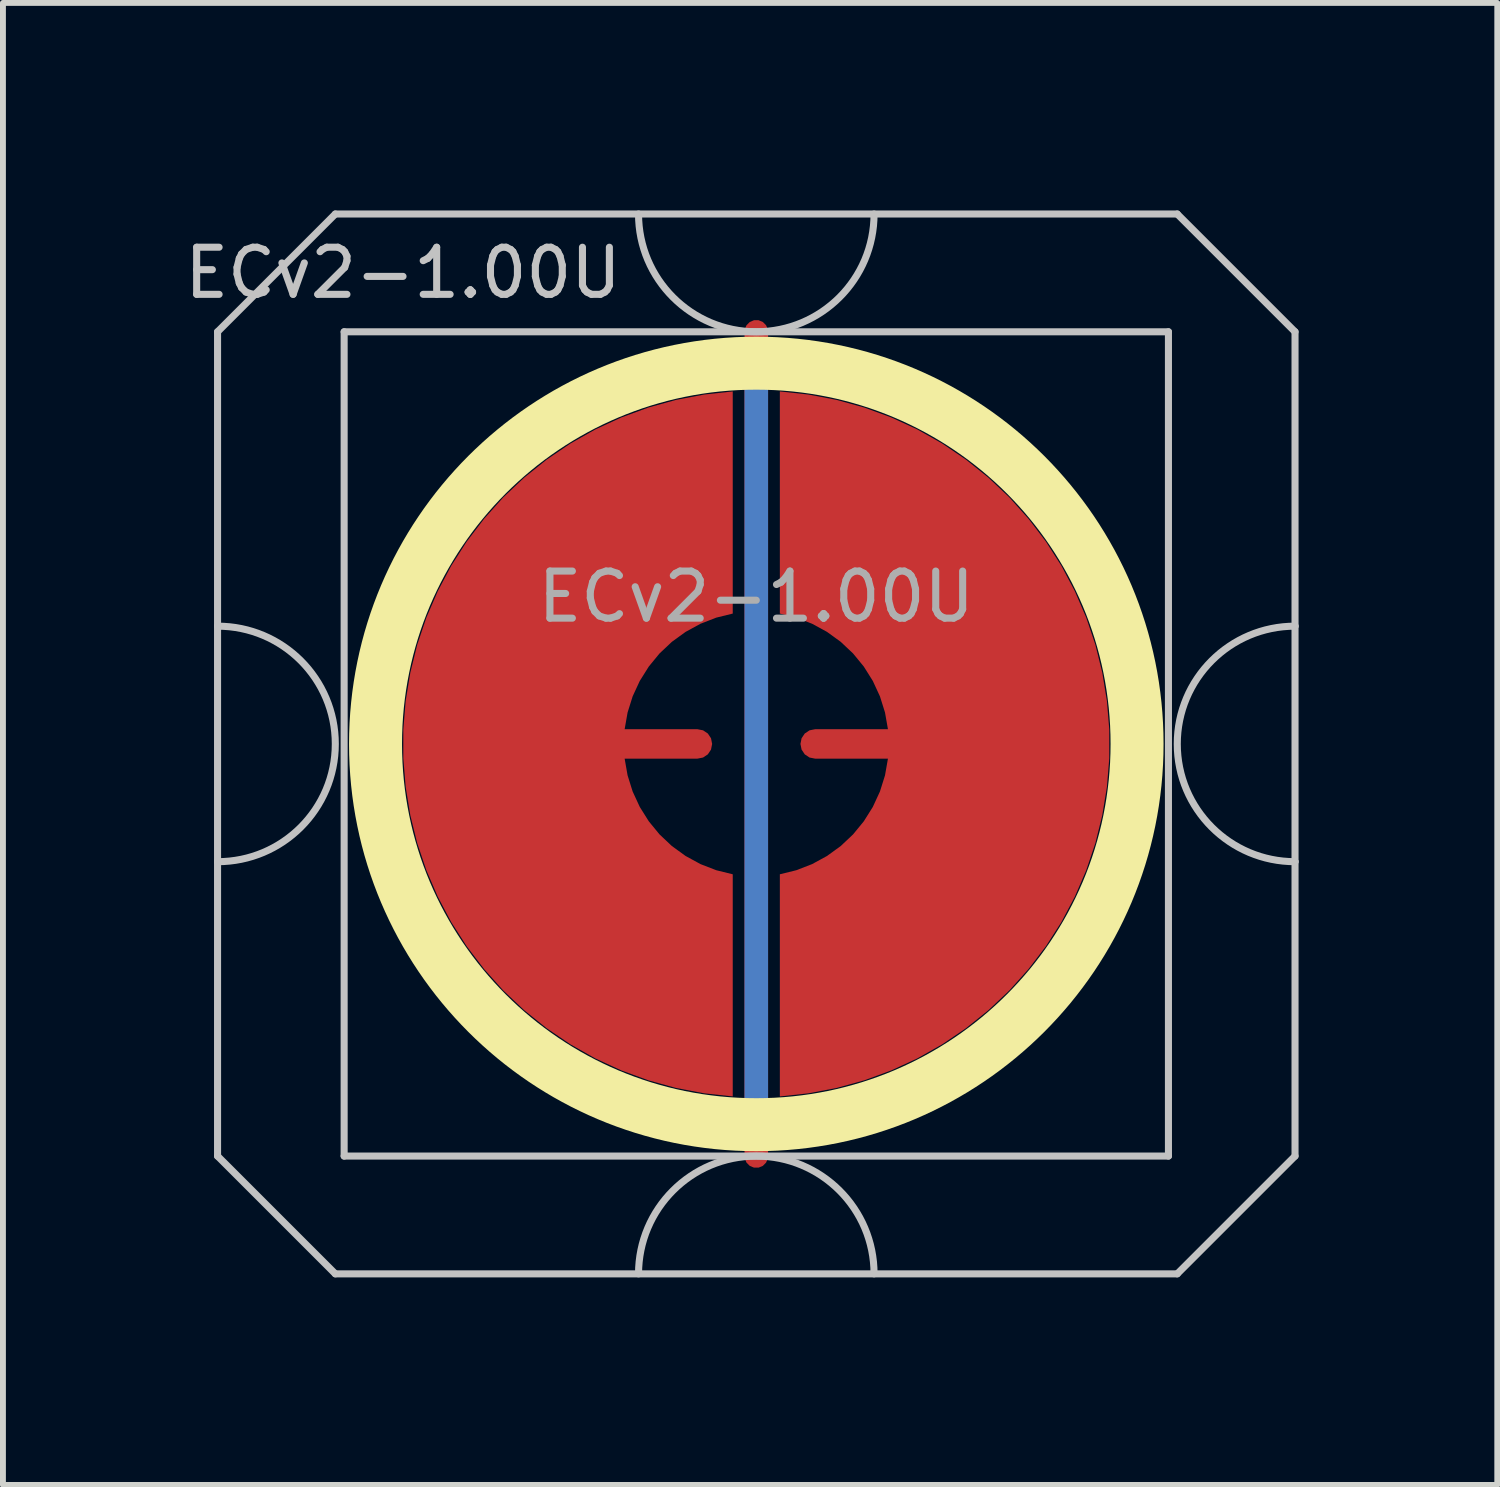
<source format=kicad_pcb>
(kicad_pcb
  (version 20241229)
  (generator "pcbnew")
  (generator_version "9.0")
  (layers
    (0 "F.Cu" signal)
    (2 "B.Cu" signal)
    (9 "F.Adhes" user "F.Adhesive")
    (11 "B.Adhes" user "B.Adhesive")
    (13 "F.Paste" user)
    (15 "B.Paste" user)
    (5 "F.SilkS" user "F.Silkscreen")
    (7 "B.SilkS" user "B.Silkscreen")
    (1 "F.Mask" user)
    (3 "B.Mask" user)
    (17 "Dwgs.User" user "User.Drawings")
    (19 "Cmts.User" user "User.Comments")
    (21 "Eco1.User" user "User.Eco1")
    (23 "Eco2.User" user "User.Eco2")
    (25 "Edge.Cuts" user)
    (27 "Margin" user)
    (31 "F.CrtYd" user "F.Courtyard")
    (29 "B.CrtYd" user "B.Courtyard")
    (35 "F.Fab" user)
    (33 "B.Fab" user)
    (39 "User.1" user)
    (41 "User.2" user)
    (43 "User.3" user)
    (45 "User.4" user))
  (footprint "ECv2-1.00U"
    (layer "F.Cu")
    (at 9.795 9.585)
    (property "Reference" "ECv2-1.00U" (at -6 -8 0) (layer "Dwgs.User") (effects (font (size 0.8 0.8) (thickness 0.12))))
    (attr smd exclude_from_pos_files exclude_from_bom)
    (fp_circle (center 0 0) (end 6.467 0) (stroke (width 0.9) (type solid)) (fill no) (layer "F.SilkS"))
    (fp_line (start -9.15 -7) (end -9.15 -2) (stroke (width 0.12) (type solid)) (layer "Dwgs.User"))
    (fp_line (start -9.15 -2) (end -9.15 2) (stroke (width 0.12) (type solid)) (layer "Dwgs.User"))
    (fp_line (start -9.15 2) (end -9.15 7) (stroke (width 0.12) (type solid)) (layer "Dwgs.User"))
    (fp_line (start -9.15 7) (end -7.15 9) (stroke (width 0.12) (type solid)) (layer "Dwgs.User"))
    (fp_line (start -7.15 -9) (end -9.15 -7) (stroke (width 0.12) (type solid)) (layer "Dwgs.User"))
    (fp_line (start -7.15 9) (end 7.15 9) (stroke (width 0.12) (type solid)) (layer "Dwgs.User"))
    (fp_line (start -7 -7) (end -7 7) (stroke (width 0.12) (type solid)) (layer "Dwgs.User"))
    (fp_line (start -7 7) (end 7 7) (stroke (width 0.12) (type solid)) (layer "Dwgs.User"))
    (fp_line (start 7 -7) (end -7 -7) (stroke (width 0.12) (type solid)) (layer "Dwgs.User"))
    (fp_line (start 7 7) (end 7 -7) (stroke (width 0.12) (type solid)) (layer "Dwgs.User"))
    (fp_line (start 7.15 -9) (end -7.15 -9) (stroke (width 0.12) (type solid)) (layer "Dwgs.User"))
    (fp_line (start 7.15 -9) (end 9.15 -7) (stroke (width 0.12) (type solid)) (layer "Dwgs.User"))
    (fp_line (start 7.15 9) (end 9.15 7) (stroke (width 0.12) (type solid)) (layer "Dwgs.User"))
    (fp_line (start 9.15 -2) (end 9.15 -7) (stroke (width 0.12) (type solid)) (layer "Dwgs.User"))
    (fp_line (start 9.15 -2) (end 9.15 2) (stroke (width 0.12) (type solid)) (layer "Dwgs.User"))
    (fp_line (start 9.15 7) (end 9.15 2) (stroke (width 0.12) (type solid)) (layer "Dwgs.User"))
    (fp_arc (start -9.15 -2) (mid -7.15 0) (end -9.15 2) (stroke (width 0.12) (type solid)) (layer "Dwgs.User"))
    (fp_arc (start -2 9) (mid 0 7) (end 2 9) (stroke (width 0.12) (type solid)) (layer "Dwgs.User"))
    (fp_arc (start 2 -9) (mid 0 -7) (end -2 -9) (stroke (width 0.12) (type solid)) (layer "Dwgs.User"))
    (fp_arc (start 9.15 2) (mid 7.15 0) (end 9.15 -2) (stroke (width 0.12) (type solid)) (layer "Dwgs.User"))
    (fp_line (start -9.525 -9.525) (end -9.525 9.525) (stroke (width 0.12) (type solid)) (layer "User.2"))
    (fp_line (start -9.525 -9.525) (end 9.525 -9.525) (stroke (width 0.12) (type solid)) (layer "User.2"))
    (fp_line (start -9.525 9.525) (end 9.525 9.525) (stroke (width 0.12) (type solid)) (layer "User.2"))
    (fp_line (start 9.525 -9.525) (end 9.525 9.525) (stroke (width 0.12) (type solid)) (layer "User.2"))
    (fp_text user "${REFERENCE}" (at 0 -2.5 0) (layer "F.Fab") (effects (font (size 0.8 0.8) (thickness 0.12))))
    (pad "1" smd custom (at -1 0) (size 0.4 0.4) (layers "F.Cu") (options (anchor circle)) (primitives (gr_poly (pts (xy 0.6 -2.214) (xy 0.32 -2.145) (xy 0.052 -2.041) (xy -0.201 -1.903) (xy -0.434 -1.734) (xy -0.644 -1.536) (xy -0.826 -1.314) (xy -0.979 -1.07) (xy -1.1 -0.808) (xy -1.186 -0.534) (xy -1.236 -0.25) (xy 0 -0.25) (xy 0.096 -0.231) (xy 0.177 -0.177) (xy 0.231 -0.096) (xy 0.25 0) (xy 0.231 0.096) (xy 0.177 0.177) (xy 0.096 0.231) (xy 0 0.25) (xy -1.236 0.25) (xy -1.186 0.534) (xy -1.1 0.808) (xy -0.979 1.07) (xy -0.826 1.314) (xy -0.644 1.536) (xy -0.434 1.734) (xy -0.201 1.903) (xy 0.052 2.041) (xy 0.32 2.145) (xy 0.6 2.214) (xy 0.6 5.987) (xy 0.115 5.934) (xy -0.364 5.843) (xy -0.834 5.713) (xy -1.292 5.545) (xy -1.735 5.341) (xy -2.159 5.101) (xy -2.563 4.827) (xy -2.943 4.522) (xy -3.298 4.187) (xy -3.623 3.824) (xy -3.919 3.436) (xy -4.182 3.025) (xy -4.41 2.594) (xy -4.603 2.147) (xy -4.759 1.684) (xy -4.876 1.211) (xy -4.955 0.73) (xy -4.995 0.244) (xy -4.995 -0.244) (xy -4.955 -0.73) (xy -4.876 -1.211) (xy -4.759 -1.684) (xy -4.603 -2.147) (xy -4.41 -2.594) (xy -4.182 -3.025) (xy -3.919 -3.436) (xy -3.623 -3.824) (xy -3.298 -4.187) (xy -2.943 -4.522) (xy -2.563 -4.827) (xy -2.159 -5.101) (xy -1.735 -5.341) (xy -1.292 -5.545) (xy -0.834 -5.713) (xy -0.364 -5.843) (xy 0.115 -5.934) (xy 0.6 -5.987)) (width 0) (fill yes))))
    (pad "2" smd custom (at 1 0 180) (size 0.4 0.4) (layers "F.Cu") (options (anchor circle)) (primitives (gr_poly (pts (xy 0.6 -2.214) (xy 0.32 -2.145) (xy 0.052 -2.041) (xy -0.201 -1.903) (xy -0.434 -1.734) (xy -0.644 -1.536) (xy -0.826 -1.314) (xy -0.979 -1.07) (xy -1.1 -0.808) (xy -1.186 -0.534) (xy -1.236 -0.25) (xy 0 -0.25) (xy 0.096 -0.231) (xy 0.177 -0.177) (xy 0.231 -0.096) (xy 0.25 0) (xy 0.231 0.096) (xy 0.177 0.177) (xy 0.096 0.231) (xy 0 0.25) (xy -1.236 0.25) (xy -1.186 0.534) (xy -1.1 0.808) (xy -0.979 1.07) (xy -0.826 1.314) (xy -0.644 1.536) (xy -0.434 1.734) (xy -0.201 1.903) (xy 0.052 2.041) (xy 0.32 2.145) (xy 0.6 2.214) (xy 0.6 5.987) (xy 0.115 5.934) (xy -0.364 5.843) (xy -0.834 5.713) (xy -1.292 5.545) (xy -1.735 5.341) (xy -2.159 5.101) (xy -2.563 4.827) (xy -2.943 4.522) (xy -3.298 4.187) (xy -3.623 3.824) (xy -3.919 3.436) (xy -4.182 3.025) (xy -4.41 2.594) (xy -4.603 2.147) (xy -4.759 1.684) (xy -4.876 1.211) (xy -4.955 0.73) (xy -4.995 0.244) (xy -4.995 -0.244) (xy -4.955 -0.73) (xy -4.876 -1.211) (xy -4.759 -1.684) (xy -4.603 -2.147) (xy -4.41 -2.594) (xy -4.182 -3.025) (xy -3.919 -3.436) (xy -3.623 -3.824) (xy -3.298 -4.187) (xy -2.943 -4.522) (xy -2.563 -4.827) (xy -2.159 -5.101) (xy -1.735 -5.341) (xy -1.292 -5.545) (xy -0.834 -5.713) (xy -0.364 -5.843) (xy 0.115 -5.934) (xy 0.6 -5.987)) (width 0) (fill yes))))
    (pad "3" smd custom (at 0 0) (size 0.4 0.4) (layers "F.Cu") (options (anchor rect)) (primitives (gr_line (start 0 -7) (end 0 7) (width 0.4))))
    (pad "3" smd custom (at 0 0) (size 0.4 0.4) (layers "B.Cu") (options (anchor rect)) (primitives (gr_line (start 0 -6.5) (end 0 6.5) (width 0.4))))
    (zone (net_name "") (layer "F.Cu") (hatch edge 0.508) (connect_pads) (min_thickness 0.254) (filled_areas_thickness no) (keepout (tracks allowed) (vias allowed) (pads allowed) (copperpour not_allowed) (footprints allowed)) (placement (enabled no)) (fill) (polygon (pts (xy 16.8 9.585) (xy 16.781 9.072) (xy 16.725 8.562) (xy 16.631 8.057) (xy 16.501 7.56) (xy 16.335 7.075) (xy 16.133 6.602) (xy 15.898 6.146) (xy 15.63 5.709) (xy 15.33 5.292) (xy 15.001 4.898) (xy 14.644 4.529) (xy 14.26 4.188) (xy 13.853 3.875) (xy 13.424 3.593) (xy 12.975 3.344) (xy 12.51 3.127) (xy 12.03 2.946) (xy 11.537 2.8) (xy 11.036 2.691) (xy 10.527 2.618) (xy 10.015 2.584) (xy 9.502 2.586) (xy 8.99 2.627) (xy 8.483 2.704) (xy 7.982 2.819) (xy 7.492 2.97) (xy 7.013 3.156) (xy 6.55 3.377) (xy 6.104 3.632) (xy 5.678 3.918) (xy 5.274 4.235) (xy 4.894 4.58) (xy 4.541 4.953) (xy 4.216 5.35) (xy 3.92 5.77) (xy 3.657 6.21) (xy 3.426 6.669) (xy 3.23 7.143) (xy 3.068 7.631) (xy 2.943 8.129) (xy 2.855 8.634) (xy 2.804 9.145) (xy 2.791 9.658) (xy 2.815 10.171) (xy 2.877 10.681) (xy 2.975 11.185) (xy 3.111 11.68) (xy 3.282 12.164) (xy 3.489 12.634) (xy 3.729 13.087) (xy 4.002 13.522) (xy 4.306 13.936) (xy 4.639 14.326) (xy 5 14.691) (xy 5.387 15.029) (xy 5.797 15.337) (xy 6.229 15.614) (xy 6.681 15.859) (xy 7.148 16.071) (xy 7.631 16.247) (xy 8.124 16.388) (xy 8.627 16.492) (xy 9.136 16.559) (xy 9.649 16.588) (xy 10.162 16.58) (xy 10.673 16.535) (xy 11.18 16.452) (xy 11.679 16.332) (xy 12.168 16.176) (xy 12.644 15.984) (xy 13.105 15.758) (xy 13.549 15.499) (xy 13.972 15.209) (xy 14.372 14.888) (xy 14.748 14.538) (xy 15.098 14.162) (xy 15.419 13.761) (xy 15.71 13.338) (xy 15.969 12.895) (xy 16.195 12.434) (xy 16.386 11.958) (xy 16.542 11.469) (xy 16.662 10.97) (xy 16.745 10.463) (xy 16.791 9.952))))
    (zone (net_name "") (layer "B.Cu") (hatch edge 0.508) (connect_pads) (min_thickness 0.254) (filled_areas_thickness no) (keepout (tracks allowed) (vias allowed) (pads allowed) (copperpour not_allowed) (footprints allowed)) (placement (enabled no)) (fill) (polygon (pts (xy 16.353 9.585) (xy 16.333 9.07) (xy 16.273 8.559) (xy 16.172 8.054) (xy 16.033 7.558) (xy 15.854 7.075) (xy 15.639 6.608) (xy 15.387 6.158) (xy 15.101 5.73) (xy 14.782 5.326) (xy 14.433 4.948) (xy 14.054 4.598) (xy 13.65 4.279) (xy 13.222 3.993) (xy 12.773 3.742) (xy 12.305 3.526) (xy 11.822 3.348) (xy 11.326 3.208) (xy 10.821 3.107) (xy 10.31 3.047) (xy 9.795 3.027) (xy 9.281 3.047) (xy 8.769 3.107) (xy 8.264 3.208) (xy 7.769 3.348) (xy 7.286 3.526) (xy 6.818 3.742) (xy 6.369 3.993) (xy 5.94 4.279) (xy 5.536 4.598) (xy 5.158 4.948) (xy 4.808 5.326) (xy 4.489 5.73) (xy 4.203 6.158) (xy 3.952 6.608) (xy 3.736 7.075) (xy 3.558 7.558) (xy 3.418 8.054) (xy 3.318 8.559) (xy 3.257 9.07) (xy 3.237 9.585) (xy 3.257 10.1) (xy 3.318 10.611) (xy 3.418 11.116) (xy 3.558 11.612) (xy 3.736 12.095) (xy 3.952 12.562) (xy 4.203 13.012) (xy 4.489 13.44) (xy 4.808 13.844) (xy 5.158 14.222) (xy 5.536 14.572) (xy 5.94 14.891) (xy 6.369 15.177) (xy 6.818 15.428) (xy 7.286 15.644) (xy 7.769 15.822) (xy 8.264 15.962) (xy 8.769 16.063) (xy 9.281 16.123) (xy 9.795 16.143) (xy 10.31 16.123) (xy 10.821 16.063) (xy 11.326 15.962) (xy 11.822 15.822) (xy 12.305 15.644) (xy 12.773 15.428) (xy 13.222 15.177) (xy 13.65 14.891) (xy 14.054 14.572) (xy 14.433 14.222) (xy 14.782 13.844) (xy 15.101 13.44) (xy 15.387 13.012) (xy 15.639 12.562) (xy 15.854 12.095) (xy 16.033 11.612) (xy 16.172 11.116) (xy 16.273 10.611) (xy 16.333 10.1)))))
  (gr_rect
    (start -3 -3)
    (end 22.38 22.17)
    (stroke (width 0.1) (type default))
    (fill no)
    (layer "Edge.Cuts")))
</source>
